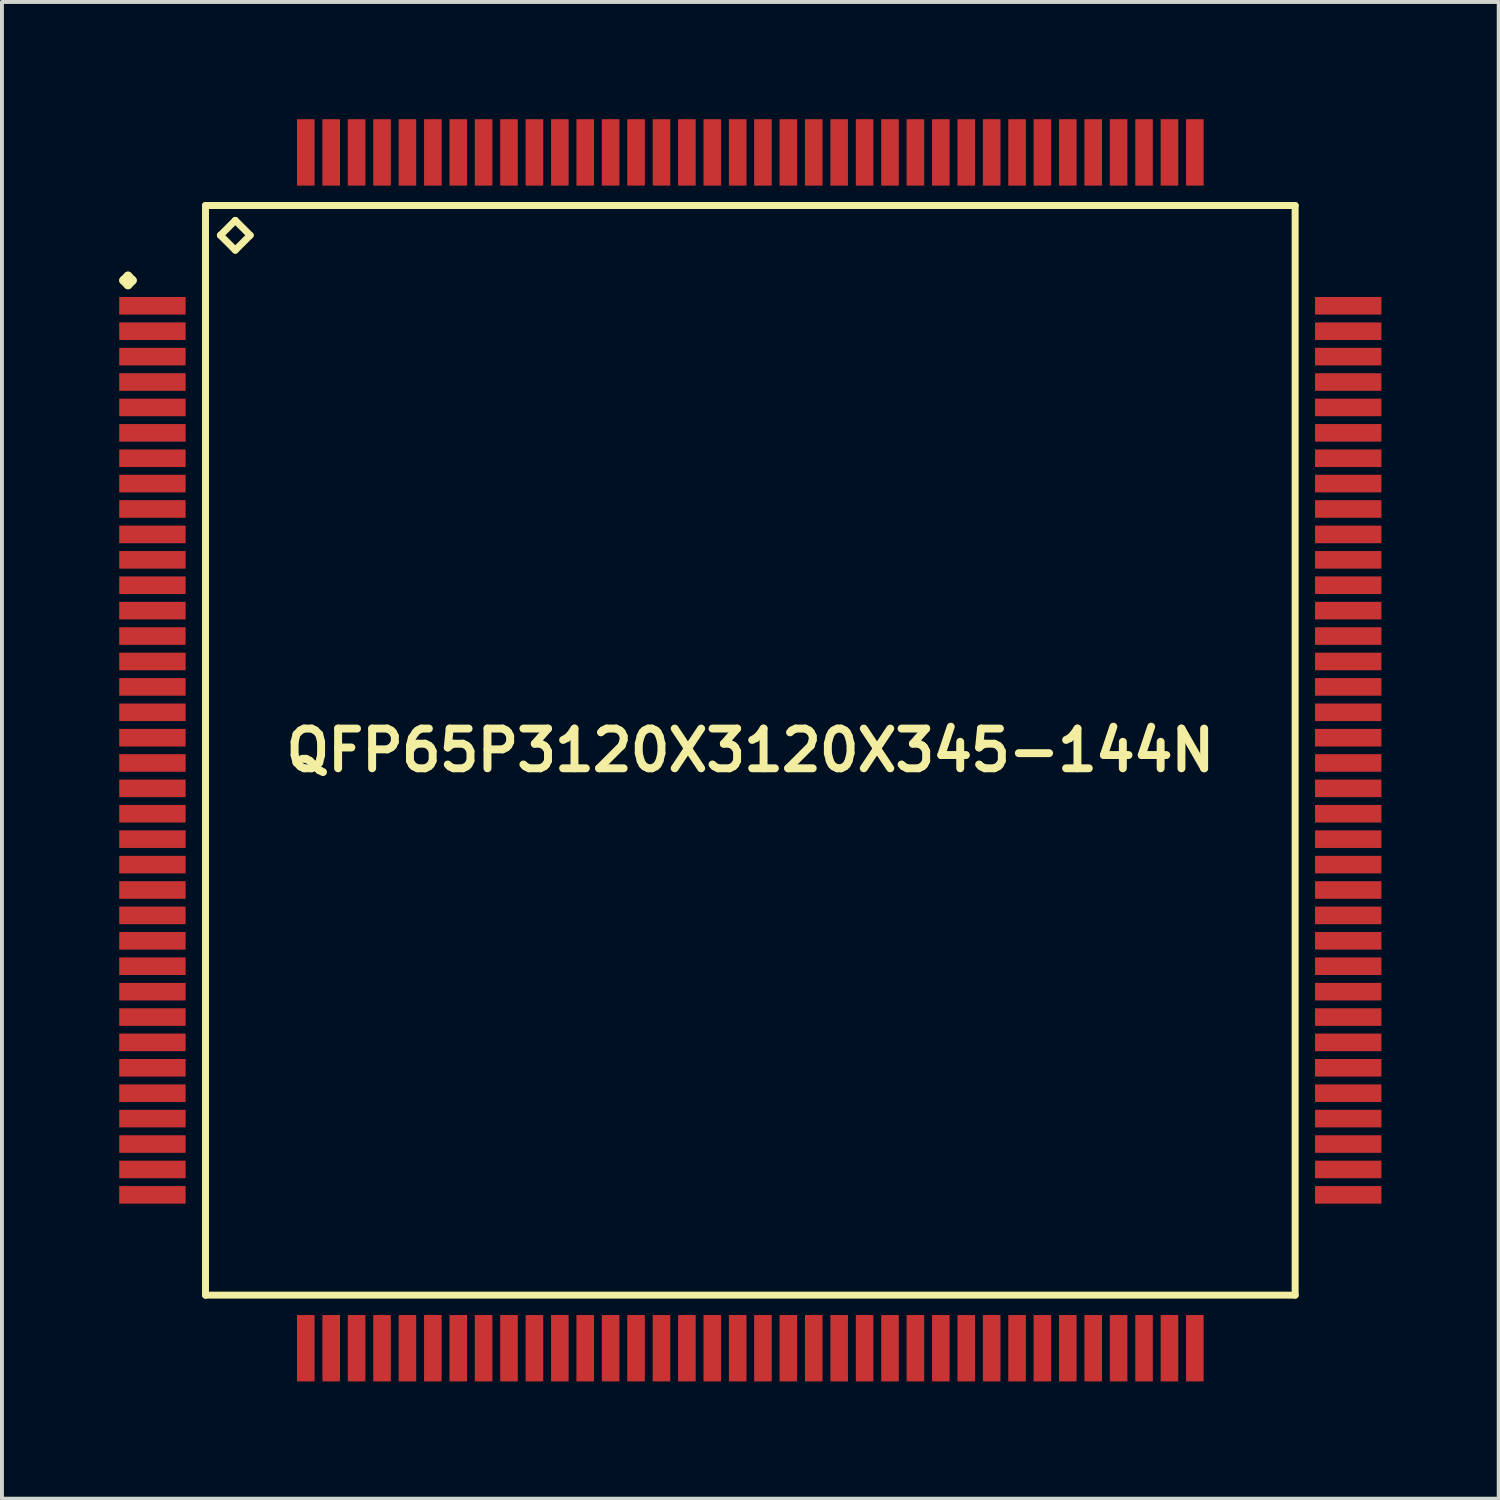
<source format=kicad_pcb>
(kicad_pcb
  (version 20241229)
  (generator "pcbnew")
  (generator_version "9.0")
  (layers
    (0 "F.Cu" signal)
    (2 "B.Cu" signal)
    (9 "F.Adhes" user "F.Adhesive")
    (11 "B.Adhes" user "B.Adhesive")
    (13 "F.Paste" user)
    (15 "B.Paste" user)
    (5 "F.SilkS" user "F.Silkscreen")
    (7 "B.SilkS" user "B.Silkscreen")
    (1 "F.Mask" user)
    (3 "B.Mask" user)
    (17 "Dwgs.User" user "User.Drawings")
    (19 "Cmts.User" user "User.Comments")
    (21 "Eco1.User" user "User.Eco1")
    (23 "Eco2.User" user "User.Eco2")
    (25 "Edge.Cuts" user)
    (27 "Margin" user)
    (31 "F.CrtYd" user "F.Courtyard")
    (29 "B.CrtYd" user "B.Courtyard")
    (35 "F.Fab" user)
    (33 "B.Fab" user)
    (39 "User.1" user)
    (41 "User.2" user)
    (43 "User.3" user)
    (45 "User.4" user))
  (footprint "QFP65P3120X3120X345-144N"
    (layer "F.Cu")
    (at 16.148 16.148)
    (property "Reference" "QFP65P3120X3120X345-144N" (at 0 0 0) (layer "F.SilkS") (effects (font (size 1.016 1.016) (thickness 0.203))))
    (attr smd)
    (fp_line (start -16.035 -12.024) (end -15.923 -12.136) (stroke (width 0.224) (type solid)) (layer "F.SilkS"))
    (fp_line (start -15.923 -12.136) (end -15.812 -12.024) (stroke (width 0.224) (type solid)) (layer "F.SilkS"))
    (fp_line (start -15.923 -11.91) (end -16.035 -12.024) (stroke (width 0.224) (type solid)) (layer "F.SilkS"))
    (fp_line (start -15.812 -12.024) (end -15.923 -11.91) (stroke (width 0.224) (type solid)) (layer "F.SilkS"))
    (fp_line (start -13.94 -13.94) (end -13.94 13.94) (stroke (width 0.178) (type solid)) (layer "F.SilkS"))
    (fp_line (start -13.94 13.94) (end 13.94 13.94) (stroke (width 0.178) (type solid)) (layer "F.SilkS"))
    (fp_line (start -13.559 -13.178) (end -13.178 -13.559) (stroke (width 0.178) (type solid)) (layer "F.SilkS"))
    (fp_line (start -13.178 -13.559) (end -12.797 -13.178) (stroke (width 0.178) (type solid)) (layer "F.SilkS"))
    (fp_line (start -13.178 -12.797) (end -13.559 -13.178) (stroke (width 0.178) (type solid)) (layer "F.SilkS"))
    (fp_line (start -12.797 -13.178) (end -13.178 -12.797) (stroke (width 0.178) (type solid)) (layer "F.SilkS"))
    (fp_line (start 13.94 -13.94) (end -13.94 -13.94) (stroke (width 0.178) (type solid)) (layer "F.SilkS"))
    (fp_line (start 13.94 13.94) (end 13.94 -13.94) (stroke (width 0.178) (type solid)) (layer "F.SilkS"))
    (pad "1" smd rect (at -15.298 -11.374) (size 1.699 0.45) (layers "F.Cu" "F.Mask" "F.Paste"))
    (pad "2" smd rect (at -15.298 -10.724) (size 1.699 0.45) (layers "F.Cu" "F.Mask" "F.Paste"))
    (pad "3" smd rect (at -15.298 -10.074) (size 1.699 0.45) (layers "F.Cu" "F.Mask" "F.Paste"))
    (pad "4" smd rect (at -15.298 -9.423) (size 1.699 0.45) (layers "F.Cu" "F.Mask" "F.Paste"))
    (pad "5" smd rect (at -15.298 -8.773) (size 1.699 0.45) (layers "F.Cu" "F.Mask" "F.Paste"))
    (pad "6" smd rect (at -15.298 -8.123) (size 1.699 0.45) (layers "F.Cu" "F.Mask" "F.Paste"))
    (pad "7" smd rect (at -15.298 -7.473) (size 1.699 0.45) (layers "F.Cu" "F.Mask" "F.Paste"))
    (pad "8" smd rect (at -15.298 -6.825) (size 1.699 0.45) (layers "F.Cu" "F.Mask" "F.Paste"))
    (pad "9" smd rect (at -15.298 -6.175) (size 1.699 0.45) (layers "F.Cu" "F.Mask" "F.Paste"))
    (pad "10" smd rect (at -15.298 -5.524) (size 1.699 0.45) (layers "F.Cu" "F.Mask" "F.Paste"))
    (pad "11" smd rect (at -15.298 -4.874) (size 1.699 0.45) (layers "F.Cu" "F.Mask" "F.Paste"))
    (pad "12" smd rect (at -15.298 -4.224) (size 1.699 0.45) (layers "F.Cu" "F.Mask" "F.Paste"))
    (pad "13" smd rect (at -15.298 -3.574) (size 1.699 0.45) (layers "F.Cu" "F.Mask" "F.Paste"))
    (pad "14" smd rect (at -15.298 -2.924) (size 1.699 0.45) (layers "F.Cu" "F.Mask" "F.Paste"))
    (pad "15" smd rect (at -15.298 -2.273) (size 1.699 0.45) (layers "F.Cu" "F.Mask" "F.Paste"))
    (pad "16" smd rect (at -15.298 -1.623) (size 1.699 0.45) (layers "F.Cu" "F.Mask" "F.Paste"))
    (pad "17" smd rect (at -15.298 -0.973) (size 1.699 0.45) (layers "F.Cu" "F.Mask" "F.Paste"))
    (pad "18" smd rect (at -15.298 -0.323) (size 1.699 0.45) (layers "F.Cu" "F.Mask" "F.Paste"))
    (pad "19" smd rect (at -15.298 0.323) (size 1.699 0.45) (layers "F.Cu" "F.Mask" "F.Paste"))
    (pad "20" smd rect (at -15.298 0.973) (size 1.699 0.45) (layers "F.Cu" "F.Mask" "F.Paste"))
    (pad "21" smd rect (at -15.298 1.623) (size 1.699 0.45) (layers "F.Cu" "F.Mask" "F.Paste"))
    (pad "22" smd rect (at -15.298 2.273) (size 1.699 0.45) (layers "F.Cu" "F.Mask" "F.Paste"))
    (pad "23" smd rect (at -15.298 2.924) (size 1.699 0.45) (layers "F.Cu" "F.Mask" "F.Paste"))
    (pad "24" smd rect (at -15.298 3.574) (size 1.699 0.45) (layers "F.Cu" "F.Mask" "F.Paste"))
    (pad "25" smd rect (at -15.298 4.224) (size 1.699 0.45) (layers "F.Cu" "F.Mask" "F.Paste"))
    (pad "26" smd rect (at -15.298 4.874) (size 1.699 0.45) (layers "F.Cu" "F.Mask" "F.Paste"))
    (pad "27" smd rect (at -15.298 5.524) (size 1.699 0.45) (layers "F.Cu" "F.Mask" "F.Paste"))
    (pad "28" smd rect (at -15.298 6.175) (size 1.699 0.45) (layers "F.Cu" "F.Mask" "F.Paste"))
    (pad "29" smd rect (at -15.298 6.825) (size 1.699 0.45) (layers "F.Cu" "F.Mask" "F.Paste"))
    (pad "30" smd rect (at -15.298 7.473) (size 1.699 0.45) (layers "F.Cu" "F.Mask" "F.Paste"))
    (pad "31" smd rect (at -15.298 8.123) (size 1.699 0.45) (layers "F.Cu" "F.Mask" "F.Paste"))
    (pad "32" smd rect (at -15.298 8.773) (size 1.699 0.45) (layers "F.Cu" "F.Mask" "F.Paste"))
    (pad "33" smd rect (at -15.298 9.423) (size 1.699 0.45) (layers "F.Cu" "F.Mask" "F.Paste"))
    (pad "34" smd rect (at -15.298 10.074) (size 1.699 0.45) (layers "F.Cu" "F.Mask" "F.Paste"))
    (pad "35" smd rect (at -15.298 10.724) (size 1.699 0.45) (layers "F.Cu" "F.Mask" "F.Paste"))
    (pad "36" smd rect (at -15.298 11.374) (size 1.699 0.45) (layers "F.Cu" "F.Mask" "F.Paste"))
    (pad "37" smd rect (at -11.374 15.298) (size 0.45 1.699) (layers "F.Cu" "F.Mask" "F.Paste"))
    (pad "38" smd rect (at -10.724 15.298) (size 0.45 1.699) (layers "F.Cu" "F.Mask" "F.Paste"))
    (pad "39" smd rect (at -10.074 15.298) (size 0.45 1.699) (layers "F.Cu" "F.Mask" "F.Paste"))
    (pad "40" smd rect (at -9.423 15.298) (size 0.45 1.699) (layers "F.Cu" "F.Mask" "F.Paste"))
    (pad "41" smd rect (at -8.773 15.298) (size 0.45 1.699) (layers "F.Cu" "F.Mask" "F.Paste"))
    (pad "42" smd rect (at -8.123 15.298) (size 0.45 1.699) (layers "F.Cu" "F.Mask" "F.Paste"))
    (pad "43" smd rect (at -7.473 15.298) (size 0.45 1.699) (layers "F.Cu" "F.Mask" "F.Paste"))
    (pad "44" smd rect (at -6.825 15.298) (size 0.45 1.699) (layers "F.Cu" "F.Mask" "F.Paste"))
    (pad "45" smd rect (at -6.175 15.298) (size 0.45 1.699) (layers "F.Cu" "F.Mask" "F.Paste"))
    (pad "46" smd rect (at -5.524 15.298) (size 0.45 1.699) (layers "F.Cu" "F.Mask" "F.Paste"))
    (pad "47" smd rect (at -4.874 15.298) (size 0.45 1.699) (layers "F.Cu" "F.Mask" "F.Paste"))
    (pad "48" smd rect (at -4.224 15.298) (size 0.45 1.699) (layers "F.Cu" "F.Mask" "F.Paste"))
    (pad "49" smd rect (at -3.574 15.298) (size 0.45 1.699) (layers "F.Cu" "F.Mask" "F.Paste"))
    (pad "50" smd rect (at -2.924 15.298) (size 0.45 1.699) (layers "F.Cu" "F.Mask" "F.Paste"))
    (pad "51" smd rect (at -2.273 15.298) (size 0.45 1.699) (layers "F.Cu" "F.Mask" "F.Paste"))
    (pad "52" smd rect (at -1.623 15.298) (size 0.45 1.699) (layers "F.Cu" "F.Mask" "F.Paste"))
    (pad "53" smd rect (at -0.973 15.298) (size 0.45 1.699) (layers "F.Cu" "F.Mask" "F.Paste"))
    (pad "54" smd rect (at -0.323 15.298) (size 0.45 1.699) (layers "F.Cu" "F.Mask" "F.Paste"))
    (pad "55" smd rect (at 0.323 15.298) (size 0.45 1.699) (layers "F.Cu" "F.Mask" "F.Paste"))
    (pad "56" smd rect (at 0.973 15.298) (size 0.45 1.699) (layers "F.Cu" "F.Mask" "F.Paste"))
    (pad "57" smd rect (at 1.623 15.298) (size 0.45 1.699) (layers "F.Cu" "F.Mask" "F.Paste"))
    (pad "58" smd rect (at 2.273 15.298) (size 0.45 1.699) (layers "F.Cu" "F.Mask" "F.Paste"))
    (pad "59" smd rect (at 2.924 15.298) (size 0.45 1.699) (layers "F.Cu" "F.Mask" "F.Paste"))
    (pad "60" smd rect (at 3.574 15.298) (size 0.45 1.699) (layers "F.Cu" "F.Mask" "F.Paste"))
    (pad "61" smd rect (at 4.224 15.298) (size 0.45 1.699) (layers "F.Cu" "F.Mask" "F.Paste"))
    (pad "62" smd rect (at 4.874 15.298) (size 0.45 1.699) (layers "F.Cu" "F.Mask" "F.Paste"))
    (pad "63" smd rect (at 5.524 15.298) (size 0.45 1.699) (layers "F.Cu" "F.Mask" "F.Paste"))
    (pad "64" smd rect (at 6.175 15.298) (size 0.45 1.699) (layers "F.Cu" "F.Mask" "F.Paste"))
    (pad "65" smd rect (at 6.825 15.298) (size 0.45 1.699) (layers "F.Cu" "F.Mask" "F.Paste"))
    (pad "66" smd rect (at 7.473 15.298) (size 0.45 1.699) (layers "F.Cu" "F.Mask" "F.Paste"))
    (pad "67" smd rect (at 8.123 15.298) (size 0.45 1.699) (layers "F.Cu" "F.Mask" "F.Paste"))
    (pad "68" smd rect (at 8.773 15.298) (size 0.45 1.699) (layers "F.Cu" "F.Mask" "F.Paste"))
    (pad "69" smd rect (at 9.423 15.298) (size 0.45 1.699) (layers "F.Cu" "F.Mask" "F.Paste"))
    (pad "70" smd rect (at 10.074 15.298) (size 0.45 1.699) (layers "F.Cu" "F.Mask" "F.Paste"))
    (pad "71" smd rect (at 10.724 15.298) (size 0.45 1.699) (layers "F.Cu" "F.Mask" "F.Paste"))
    (pad "72" smd rect (at 11.374 15.298) (size 0.45 1.699) (layers "F.Cu" "F.Mask" "F.Paste"))
    (pad "73" smd rect (at 15.298 11.374) (size 1.699 0.45) (layers "F.Cu" "F.Mask" "F.Paste"))
    (pad "74" smd rect (at 15.298 10.724) (size 1.699 0.45) (layers "F.Cu" "F.Mask" "F.Paste"))
    (pad "75" smd rect (at 15.298 10.074) (size 1.699 0.45) (layers "F.Cu" "F.Mask" "F.Paste"))
    (pad "76" smd rect (at 15.298 9.423) (size 1.699 0.45) (layers "F.Cu" "F.Mask" "F.Paste"))
    (pad "77" smd rect (at 15.298 8.773) (size 1.699 0.45) (layers "F.Cu" "F.Mask" "F.Paste"))
    (pad "78" smd rect (at 15.298 8.123) (size 1.699 0.45) (layers "F.Cu" "F.Mask" "F.Paste"))
    (pad "79" smd rect (at 15.298 7.473) (size 1.699 0.45) (layers "F.Cu" "F.Mask" "F.Paste"))
    (pad "80" smd rect (at 15.298 6.825) (size 1.699 0.45) (layers "F.Cu" "F.Mask" "F.Paste"))
    (pad "81" smd rect (at 15.298 6.175) (size 1.699 0.45) (layers "F.Cu" "F.Mask" "F.Paste"))
    (pad "82" smd rect (at 15.298 5.524) (size 1.699 0.45) (layers "F.Cu" "F.Mask" "F.Paste"))
    (pad "83" smd rect (at 15.298 4.874) (size 1.699 0.45) (layers "F.Cu" "F.Mask" "F.Paste"))
    (pad "84" smd rect (at 15.298 4.224) (size 1.699 0.45) (layers "F.Cu" "F.Mask" "F.Paste"))
    (pad "85" smd rect (at 15.298 3.574) (size 1.699 0.45) (layers "F.Cu" "F.Mask" "F.Paste"))
    (pad "86" smd rect (at 15.298 2.924) (size 1.699 0.45) (layers "F.Cu" "F.Mask" "F.Paste"))
    (pad "87" smd rect (at 15.298 2.273) (size 1.699 0.45) (layers "F.Cu" "F.Mask" "F.Paste"))
    (pad "88" smd rect (at 15.298 1.623) (size 1.699 0.45) (layers "F.Cu" "F.Mask" "F.Paste"))
    (pad "89" smd rect (at 15.298 0.973) (size 1.699 0.45) (layers "F.Cu" "F.Mask" "F.Paste"))
    (pad "90" smd rect (at 15.298 0.323) (size 1.699 0.45) (layers "F.Cu" "F.Mask" "F.Paste"))
    (pad "91" smd rect (at 15.298 -0.323) (size 1.699 0.45) (layers "F.Cu" "F.Mask" "F.Paste"))
    (pad "92" smd rect (at 15.298 -0.973) (size 1.699 0.45) (layers "F.Cu" "F.Mask" "F.Paste"))
    (pad "93" smd rect (at 15.298 -1.623) (size 1.699 0.45) (layers "F.Cu" "F.Mask" "F.Paste"))
    (pad "94" smd rect (at 15.298 -2.273) (size 1.699 0.45) (layers "F.Cu" "F.Mask" "F.Paste"))
    (pad "95" smd rect (at 15.298 -2.924) (size 1.699 0.45) (layers "F.Cu" "F.Mask" "F.Paste"))
    (pad "96" smd rect (at 15.298 -3.574) (size 1.699 0.45) (layers "F.Cu" "F.Mask" "F.Paste"))
    (pad "97" smd rect (at 15.298 -4.224) (size 1.699 0.45) (layers "F.Cu" "F.Mask" "F.Paste"))
    (pad "98" smd rect (at 15.298 -4.874) (size 1.699 0.45) (layers "F.Cu" "F.Mask" "F.Paste"))
    (pad "99" smd rect (at 15.298 -5.524) (size 1.699 0.45) (layers "F.Cu" "F.Mask" "F.Paste"))
    (pad "100" smd rect (at 15.298 -6.175) (size 1.699 0.45) (layers "F.Cu" "F.Mask" "F.Paste"))
    (pad "101" smd rect (at 15.298 -6.825) (size 1.699 0.45) (layers "F.Cu" "F.Mask" "F.Paste"))
    (pad "102" smd rect (at 15.298 -7.473) (size 1.699 0.45) (layers "F.Cu" "F.Mask" "F.Paste"))
    (pad "103" smd rect (at 15.298 -8.123) (size 1.699 0.45) (layers "F.Cu" "F.Mask" "F.Paste"))
    (pad "104" smd rect (at 15.298 -8.773) (size 1.699 0.45) (layers "F.Cu" "F.Mask" "F.Paste"))
    (pad "105" smd rect (at 15.298 -9.423) (size 1.699 0.45) (layers "F.Cu" "F.Mask" "F.Paste"))
    (pad "106" smd rect (at 15.298 -10.074) (size 1.699 0.45) (layers "F.Cu" "F.Mask" "F.Paste"))
    (pad "107" smd rect (at 15.298 -10.724) (size 1.699 0.45) (layers "F.Cu" "F.Mask" "F.Paste"))
    (pad "108" smd rect (at 15.298 -11.374) (size 1.699 0.45) (layers "F.Cu" "F.Mask" "F.Paste"))
    (pad "109" smd rect (at 11.374 -15.298) (size 0.45 1.699) (layers "F.Cu" "F.Mask" "F.Paste"))
    (pad "110" smd rect (at 10.724 -15.298) (size 0.45 1.699) (layers "F.Cu" "F.Mask" "F.Paste"))
    (pad "111" smd rect (at 10.074 -15.298) (size 0.45 1.699) (layers "F.Cu" "F.Mask" "F.Paste"))
    (pad "112" smd rect (at 9.423 -15.298) (size 0.45 1.699) (layers "F.Cu" "F.Mask" "F.Paste"))
    (pad "113" smd rect (at 8.773 -15.298) (size 0.45 1.699) (layers "F.Cu" "F.Mask" "F.Paste"))
    (pad "114" smd rect (at 8.123 -15.298) (size 0.45 1.699) (layers "F.Cu" "F.Mask" "F.Paste"))
    (pad "115" smd rect (at 7.473 -15.298) (size 0.45 1.699) (layers "F.Cu" "F.Mask" "F.Paste"))
    (pad "116" smd rect (at 6.825 -15.298) (size 0.45 1.699) (layers "F.Cu" "F.Mask" "F.Paste"))
    (pad "117" smd rect (at 6.175 -15.298) (size 0.45 1.699) (layers "F.Cu" "F.Mask" "F.Paste"))
    (pad "118" smd rect (at 5.524 -15.298) (size 0.45 1.699) (layers "F.Cu" "F.Mask" "F.Paste"))
    (pad "119" smd rect (at 4.874 -15.298) (size 0.45 1.699) (layers "F.Cu" "F.Mask" "F.Paste"))
    (pad "120" smd rect (at 4.224 -15.298) (size 0.45 1.699) (layers "F.Cu" "F.Mask" "F.Paste"))
    (pad "121" smd rect (at 3.574 -15.298) (size 0.45 1.699) (layers "F.Cu" "F.Mask" "F.Paste"))
    (pad "122" smd rect (at 2.924 -15.298) (size 0.45 1.699) (layers "F.Cu" "F.Mask" "F.Paste"))
    (pad "123" smd rect (at 2.273 -15.298) (size 0.45 1.699) (layers "F.Cu" "F.Mask" "F.Paste"))
    (pad "124" smd rect (at 1.623 -15.298) (size 0.45 1.699) (layers "F.Cu" "F.Mask" "F.Paste"))
    (pad "125" smd rect (at 0.973 -15.298) (size 0.45 1.699) (layers "F.Cu" "F.Mask" "F.Paste"))
    (pad "126" smd rect (at 0.323 -15.298) (size 0.45 1.699) (layers "F.Cu" "F.Mask" "F.Paste"))
    (pad "127" smd rect (at -0.323 -15.298) (size 0.45 1.699) (layers "F.Cu" "F.Mask" "F.Paste"))
    (pad "128" smd rect (at -0.973 -15.298) (size 0.45 1.699) (layers "F.Cu" "F.Mask" "F.Paste"))
    (pad "129" smd rect (at -1.623 -15.298) (size 0.45 1.699) (layers "F.Cu" "F.Mask" "F.Paste"))
    (pad "130" smd rect (at -2.273 -15.298) (size 0.45 1.699) (layers "F.Cu" "F.Mask" "F.Paste"))
    (pad "131" smd rect (at -2.924 -15.298) (size 0.45 1.699) (layers "F.Cu" "F.Mask" "F.Paste"))
    (pad "132" smd rect (at -3.574 -15.298) (size 0.45 1.699) (layers "F.Cu" "F.Mask" "F.Paste"))
    (pad "133" smd rect (at -4.224 -15.298) (size 0.45 1.699) (layers "F.Cu" "F.Mask" "F.Paste"))
    (pad "134" smd rect (at -4.874 -15.298) (size 0.45 1.699) (layers "F.Cu" "F.Mask" "F.Paste"))
    (pad "135" smd rect (at -5.524 -15.298) (size 0.45 1.699) (layers "F.Cu" "F.Mask" "F.Paste"))
    (pad "136" smd rect (at -6.175 -15.298) (size 0.45 1.699) (layers "F.Cu" "F.Mask" "F.Paste"))
    (pad "137" smd rect (at -6.825 -15.298) (size 0.45 1.699) (layers "F.Cu" "F.Mask" "F.Paste"))
    (pad "138" smd rect (at -7.473 -15.298) (size 0.45 1.699) (layers "F.Cu" "F.Mask" "F.Paste"))
    (pad "139" smd rect (at -8.123 -15.298) (size 0.45 1.699) (layers "F.Cu" "F.Mask" "F.Paste"))
    (pad "140" smd rect (at -8.773 -15.298) (size 0.45 1.699) (layers "F.Cu" "F.Mask" "F.Paste"))
    (pad "141" smd rect (at -9.423 -15.298) (size 0.45 1.699) (layers "F.Cu" "F.Mask" "F.Paste"))
    (pad "142" smd rect (at -10.074 -15.298) (size 0.45 1.699) (layers "F.Cu" "F.Mask" "F.Paste"))
    (pad "143" smd rect (at -10.724 -15.298) (size 0.45 1.699) (layers "F.Cu" "F.Mask" "F.Paste"))
    (pad "144" smd rect (at -11.374 -15.298) (size 0.45 1.699) (layers "F.Cu" "F.Mask" "F.Paste")))
  (gr_rect
    (start -3 -3)
    (end 35.296 35.296)
    (stroke (width 0.1) (type default))
    (fill no)
    (layer "Edge.Cuts")))
</source>
